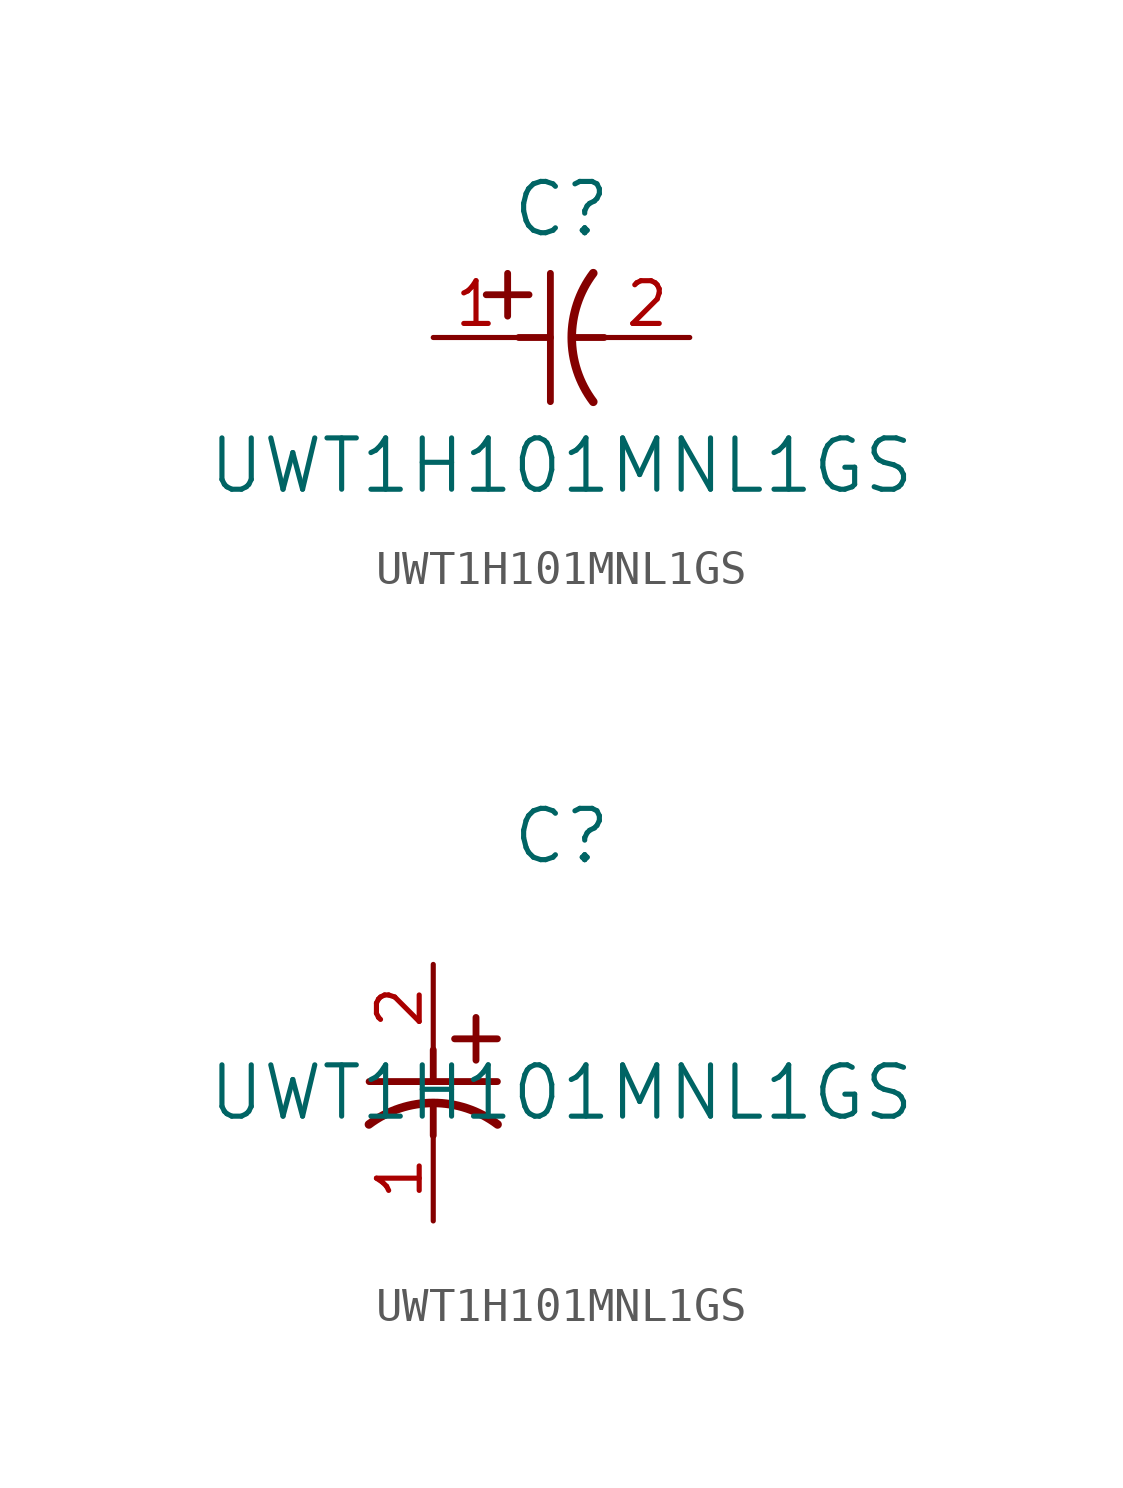
<source format=kicad_sym>
(kicad_symbol_lib
  (version 20220914)
  (generator kicad_symbol_editor)
  (symbol "UWT1H101MNL1GS"
    (pin_names
      (offset 0.254))
    (property "Reference" "C"
      (at 3.81 3.81 0)
      (effects (font (size 1.524 1.524))))
    (property "Value" "UWT1H101MNL1GS"
      (at 3.81 -3.81 0)
      (effects (font (size 1.524 1.524))))
    (property "ki_locked" ""
      (at 0 0 0)
      (effects (font (size 1.27 1.27))))
    (symbol "UWT1H101MNL1GS_1_1"
      (polyline (pts (xy 1.575 1.27) (xy 2.845 1.27)) (stroke (width 0.203) (type default)) (fill (type none)))
      (polyline (pts (xy 2.21 0.635) (xy 2.21 1.905)) (stroke (width 0.203) (type default)) (fill (type none)))
      (polyline (pts (xy 2.54 0) (xy 3.48 0)) (stroke (width 0.203) (type default)) (fill (type none)))
      (polyline (pts (xy 3.48 -1.905) (xy 3.48 1.905)) (stroke (width 0.203) (type default)) (fill (type none)))
      (polyline (pts (xy 4.115 0) (xy 5.08 0)) (stroke (width 0.203) (type default)) (fill (type none)))
      (arc (start 4.7541 1.9108) (mid 4.1148 0) (end 4.7541 -1.9108) (stroke (width 0.254) (type default)) (fill (type none)))
      (pin unspecified line (at 0 0 0) (length 2.54) (name "" (effects (font (size 1.27 1.27)))) (number "1" (effects (font (size 1.27 1.27)))))
      (pin unspecified line (at 7.62 0 180) (length 2.54) (name "" (effects (font (size 1.27 1.27)))) (number "2" (effects (font (size 1.27 1.27))))))
    (symbol "UWT1H101MNL1GS_1_2"
      (polyline (pts (xy -1.905 -3.48) (xy 1.905 -3.48)) (stroke (width 0.203) (type default)) (fill (type none)))
      (polyline (pts (xy 0 -4.115) (xy 0 -5.08)) (stroke (width 0.203) (type default)) (fill (type none)))
      (polyline (pts (xy 0 -2.54) (xy 0 -3.48)) (stroke (width 0.203) (type default)) (fill (type none)))
      (polyline (pts (xy 0.635 -2.21) (xy 1.905 -2.21)) (stroke (width 0.203) (type default)) (fill (type none)))
      (polyline (pts (xy 1.27 -1.575) (xy 1.27 -2.845)) (stroke (width 0.203) (type default)) (fill (type none)))
      (arc (start 1.9108 -4.7541) (mid 0 -4.1148) (end -1.9108 -4.7541) (stroke (width 0.254) (type default)) (fill (type none)))
      (pin unspecified line (at 0 -7.62 90) (length 2.54) (name "" (effects (font (size 1.27 1.27)))) (number "1" (effects (font (size 1.27 1.27)))))
      (pin unspecified line (at 0 0 270) (length 2.54) (name "" (effects (font (size 1.27 1.27)))) (number "2" (effects (font (size 1.27 1.27))))))))
</source>
